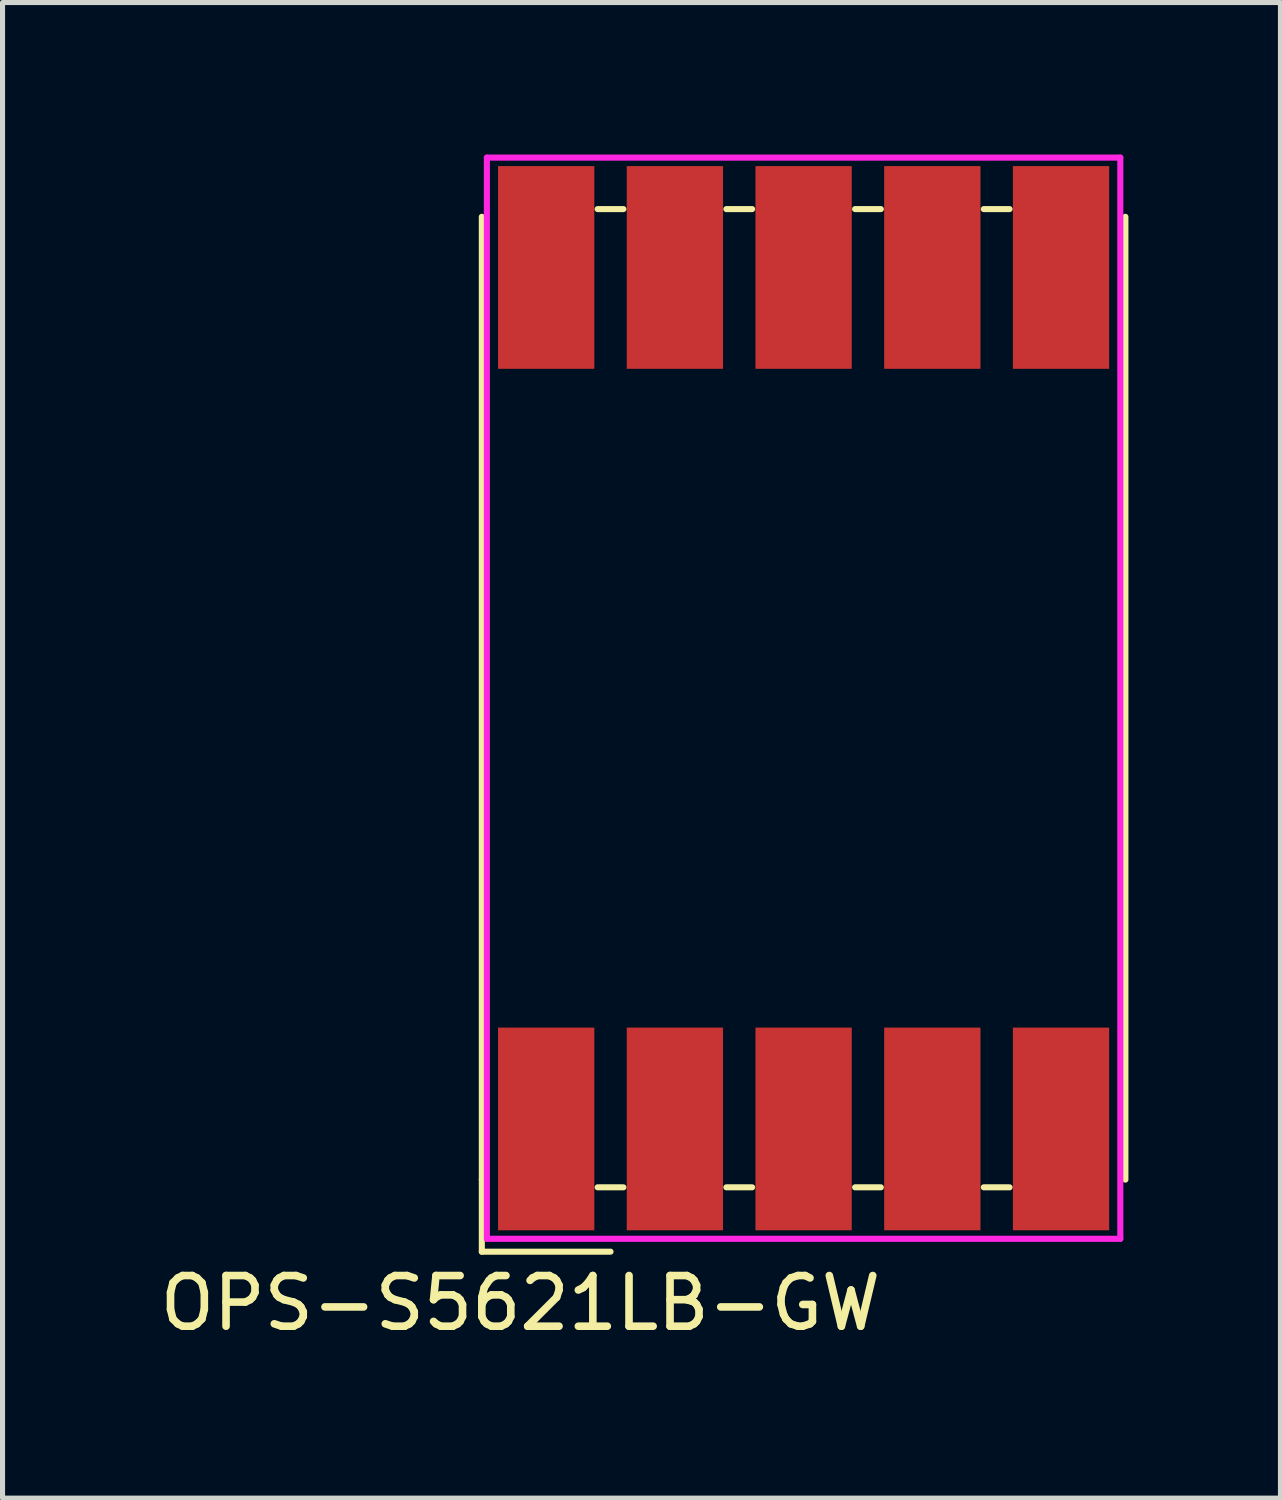
<source format=kicad_pcb>
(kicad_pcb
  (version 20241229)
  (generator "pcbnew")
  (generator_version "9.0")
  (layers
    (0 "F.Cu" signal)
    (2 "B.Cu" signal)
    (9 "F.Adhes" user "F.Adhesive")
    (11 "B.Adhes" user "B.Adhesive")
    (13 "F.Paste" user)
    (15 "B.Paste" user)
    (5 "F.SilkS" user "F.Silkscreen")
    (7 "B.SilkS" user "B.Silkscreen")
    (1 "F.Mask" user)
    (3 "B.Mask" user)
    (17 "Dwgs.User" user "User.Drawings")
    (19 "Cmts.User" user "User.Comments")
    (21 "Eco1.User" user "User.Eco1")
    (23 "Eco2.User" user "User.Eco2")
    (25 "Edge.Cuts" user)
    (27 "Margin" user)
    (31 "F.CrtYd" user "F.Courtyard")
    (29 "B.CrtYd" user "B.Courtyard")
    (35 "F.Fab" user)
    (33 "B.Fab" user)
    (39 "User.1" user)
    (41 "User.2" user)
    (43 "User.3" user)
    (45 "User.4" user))
  (footprint "OPS-S5621LB-GW"
    (layer "F.Cu")
    (at 12.808 10.728)
    (property "Reference" "OPS-S5621LB-GW" (at -5.588 11.938 0) (layer "F.SilkS") (effects (font (size 1 1) (thickness 0.15))))
    (attr through_hole)
    (fp_line (start -6.35 -9.5) (end -6.35 9.5) (stroke (width 0.12) (type solid)) (layer "F.SilkS"))
    (fp_line (start -6.35 9.5) (end -6.35 10.922) (stroke (width 0.12) (type solid)) (layer "F.SilkS"))
    (fp_line (start -6.35 10.922) (end -3.81 10.922) (stroke (width 0.12) (type solid)) (layer "F.SilkS"))
    (fp_line (start -4.064 -9.652) (end -3.556 -9.652) (stroke (width 0.12) (type solid)) (layer "F.SilkS"))
    (fp_line (start -4.064 9.652) (end -3.556 9.652) (stroke (width 0.12) (type solid)) (layer "F.SilkS"))
    (fp_line (start -1.524 -9.652) (end -1.016 -9.652) (stroke (width 0.12) (type solid)) (layer "F.SilkS"))
    (fp_line (start -1.524 9.652) (end -1.016 9.652) (stroke (width 0.12) (type solid)) (layer "F.SilkS"))
    (fp_line (start 1.016 -9.652) (end 1.524 -9.652) (stroke (width 0.12) (type solid)) (layer "F.SilkS"))
    (fp_line (start 1.016 9.652) (end 1.524 9.652) (stroke (width 0.12) (type solid)) (layer "F.SilkS"))
    (fp_line (start 3.556 -9.652) (end 4.064 -9.652) (stroke (width 0.12) (type solid)) (layer "F.SilkS"))
    (fp_line (start 3.556 9.652) (end 4.064 9.652) (stroke (width 0.12) (type solid)) (layer "F.SilkS"))
    (fp_line (start 6.35 -9.5) (end 6.35 9.5) (stroke (width 0.12) (type solid)) (layer "F.SilkS"))
    (fp_line (start -6.25 -10.668) (end 6.25 -10.668) (stroke (width 0.12) (type solid)) (layer "F.CrtYd"))
    (fp_line (start -6.25 10.668) (end -6.25 -10.668) (stroke (width 0.12) (type solid)) (layer "F.CrtYd"))
    (fp_line (start -6.25 10.668) (end 6.25 10.668) (stroke (width 0.12) (type solid)) (layer "F.CrtYd"))
    (fp_line (start 6.25 -10.668) (end 6.25 10.668) (stroke (width 0.12) (type solid)) (layer "F.CrtYd"))
    (pad "1" smd rect (at -5.08 8.5) (size 1.9 4) (layers "F.Cu" "F.Mask" "F.Paste"))
    (pad "2" smd rect (at -2.54 8.5) (size 1.9 4) (layers "F.Cu" "F.Mask" "F.Paste"))
    (pad "3" smd rect (at 0 8.5) (size 1.9 4) (layers "F.Cu" "F.Mask" "F.Paste"))
    (pad "4" smd rect (at 2.54 8.5) (size 1.9 4) (layers "F.Cu" "F.Mask" "F.Paste"))
    (pad "5" smd rect (at 5.08 8.5) (size 1.9 4) (layers "F.Cu" "F.Mask" "F.Paste"))
    (pad "6" smd rect (at 5.08 -8.5) (size 1.9 4) (layers "F.Cu" "F.Mask" "F.Paste"))
    (pad "7" smd rect (at 2.54 -8.5) (size 1.9 4) (layers "F.Cu" "F.Mask" "F.Paste"))
    (pad "8" smd rect (at 0 -8.5) (size 1.9 4) (layers "F.Cu" "F.Mask" "F.Paste"))
    (pad "9" smd rect (at -2.54 -8.5) (size 1.9 4) (layers "F.Cu" "F.Mask" "F.Paste"))
    (pad "10" smd rect (at -5.08 -8.5) (size 1.9 4) (layers "F.Cu" "F.Mask" "F.Paste")))
  (gr_rect
    (start -3 -3)
    (end 22.218 26.514)
    (stroke (width 0.1) (type default))
    (fill no)
    (layer "Edge.Cuts")))
</source>
